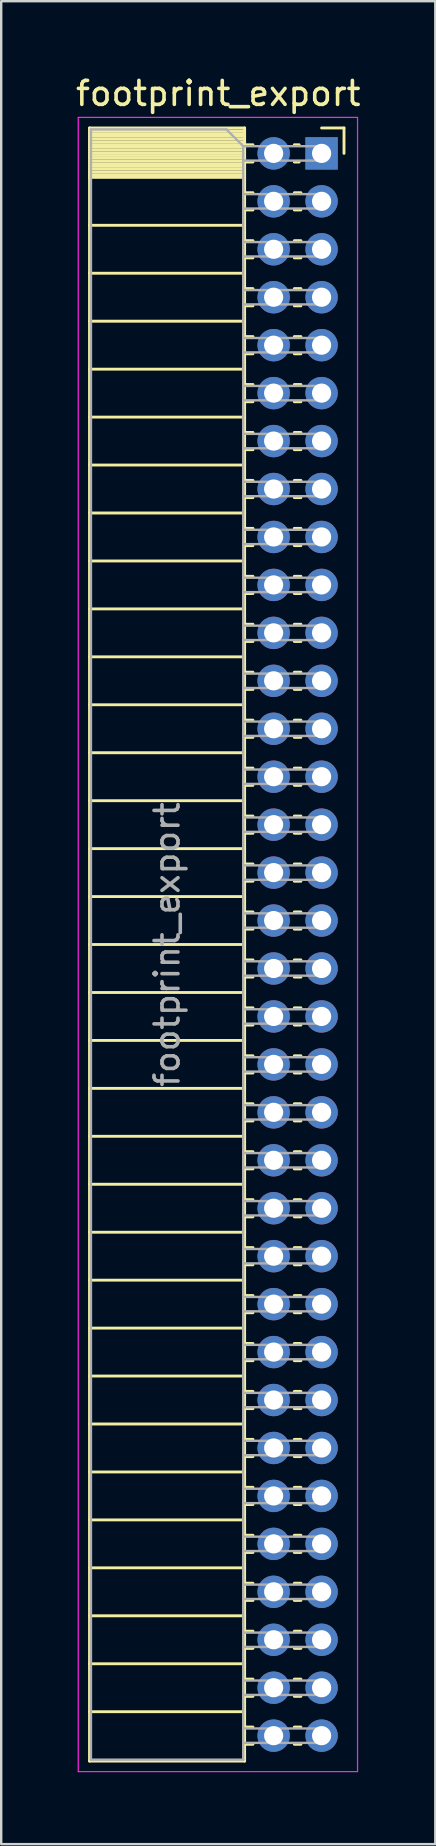
<source format=kicad_pcb>
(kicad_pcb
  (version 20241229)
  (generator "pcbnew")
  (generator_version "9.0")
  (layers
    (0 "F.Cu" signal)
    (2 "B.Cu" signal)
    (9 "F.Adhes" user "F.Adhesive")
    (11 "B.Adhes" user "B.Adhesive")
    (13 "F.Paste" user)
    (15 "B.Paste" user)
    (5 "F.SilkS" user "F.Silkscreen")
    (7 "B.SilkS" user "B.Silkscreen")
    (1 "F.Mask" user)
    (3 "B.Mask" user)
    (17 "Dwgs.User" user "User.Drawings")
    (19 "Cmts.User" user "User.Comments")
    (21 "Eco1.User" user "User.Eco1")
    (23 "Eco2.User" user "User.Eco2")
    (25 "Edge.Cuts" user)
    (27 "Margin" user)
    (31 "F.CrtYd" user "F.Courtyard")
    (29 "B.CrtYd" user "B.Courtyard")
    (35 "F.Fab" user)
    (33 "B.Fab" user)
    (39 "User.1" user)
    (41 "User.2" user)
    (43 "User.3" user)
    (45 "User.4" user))
  (footprint "footprint_export"
    (layer "F.Cu")
    (at 10.364 3.348)
    (property "Reference" "footprint_export" (at -4.31 -2.5 0) (layer "F.SilkS") (effects (font (size 1 1) (thickness 0.15))))
    (attr through_hole)
    (fp_line (start -9.68 -1.06) (end -9.68 67.06) (stroke (width 0.12) (type solid)) (layer "F.SilkS"))
    (fp_line (start -9.68 -1.06) (end -3.21 -1.06) (stroke (width 0.12) (type solid)) (layer "F.SilkS"))
    (fp_line (start -9.68 -0.94) (end -3.21 -0.94) (stroke (width 0.12) (type solid)) (layer "F.SilkS"))
    (fp_line (start -9.68 -0.826) (end -3.21 -0.826) (stroke (width 0.12) (type solid)) (layer "F.SilkS"))
    (fp_line (start -9.68 -0.712) (end -3.21 -0.712) (stroke (width 0.12) (type solid)) (layer "F.SilkS"))
    (fp_line (start -9.68 -0.598) (end -3.21 -0.598) (stroke (width 0.12) (type solid)) (layer "F.SilkS"))
    (fp_line (start -9.68 -0.484) (end -3.21 -0.484) (stroke (width 0.12) (type solid)) (layer "F.SilkS"))
    (fp_line (start -9.68 -0.369) (end -3.21 -0.369) (stroke (width 0.12) (type solid)) (layer "F.SilkS"))
    (fp_line (start -9.68 -0.255) (end -3.21 -0.255) (stroke (width 0.12) (type solid)) (layer "F.SilkS"))
    (fp_line (start -9.68 -0.141) (end -3.21 -0.141) (stroke (width 0.12) (type solid)) (layer "F.SilkS"))
    (fp_line (start -9.68 -0.027) (end -3.21 -0.027) (stroke (width 0.12) (type solid)) (layer "F.SilkS"))
    (fp_line (start -9.68 0.087) (end -3.21 0.087) (stroke (width 0.12) (type solid)) (layer "F.SilkS"))
    (fp_line (start -9.68 0.201) (end -3.21 0.201) (stroke (width 0.12) (type solid)) (layer "F.SilkS"))
    (fp_line (start -9.68 0.315) (end -3.21 0.315) (stroke (width 0.12) (type solid)) (layer "F.SilkS"))
    (fp_line (start -9.68 0.429) (end -3.21 0.429) (stroke (width 0.12) (type solid)) (layer "F.SilkS"))
    (fp_line (start -9.68 0.544) (end -3.21 0.544) (stroke (width 0.12) (type solid)) (layer "F.SilkS"))
    (fp_line (start -9.68 0.658) (end -3.21 0.658) (stroke (width 0.12) (type solid)) (layer "F.SilkS"))
    (fp_line (start -9.68 0.772) (end -3.21 0.772) (stroke (width 0.12) (type solid)) (layer "F.SilkS"))
    (fp_line (start -9.68 0.886) (end -3.21 0.886) (stroke (width 0.12) (type solid)) (layer "F.SilkS"))
    (fp_line (start -9.68 1) (end -3.21 1) (stroke (width 0.12) (type solid)) (layer "F.SilkS"))
    (fp_line (start -9.68 3) (end -3.21 3) (stroke (width 0.12) (type solid)) (layer "F.SilkS"))
    (fp_line (start -9.68 5) (end -3.21 5) (stroke (width 0.12) (type solid)) (layer "F.SilkS"))
    (fp_line (start -9.68 7) (end -3.21 7) (stroke (width 0.12) (type solid)) (layer "F.SilkS"))
    (fp_line (start -9.68 9) (end -3.21 9) (stroke (width 0.12) (type solid)) (layer "F.SilkS"))
    (fp_line (start -9.68 11) (end -3.21 11) (stroke (width 0.12) (type solid)) (layer "F.SilkS"))
    (fp_line (start -9.68 13) (end -3.21 13) (stroke (width 0.12) (type solid)) (layer "F.SilkS"))
    (fp_line (start -9.68 15) (end -3.21 15) (stroke (width 0.12) (type solid)) (layer "F.SilkS"))
    (fp_line (start -9.68 17) (end -3.21 17) (stroke (width 0.12) (type solid)) (layer "F.SilkS"))
    (fp_line (start -9.68 19) (end -3.21 19) (stroke (width 0.12) (type solid)) (layer "F.SilkS"))
    (fp_line (start -9.68 21) (end -3.21 21) (stroke (width 0.12) (type solid)) (layer "F.SilkS"))
    (fp_line (start -9.68 23) (end -3.21 23) (stroke (width 0.12) (type solid)) (layer "F.SilkS"))
    (fp_line (start -9.68 25) (end -3.21 25) (stroke (width 0.12) (type solid)) (layer "F.SilkS"))
    (fp_line (start -9.68 27) (end -3.21 27) (stroke (width 0.12) (type solid)) (layer "F.SilkS"))
    (fp_line (start -9.68 29) (end -3.21 29) (stroke (width 0.12) (type solid)) (layer "F.SilkS"))
    (fp_line (start -9.68 31) (end -3.21 31) (stroke (width 0.12) (type solid)) (layer "F.SilkS"))
    (fp_line (start -9.68 33) (end -3.21 33) (stroke (width 0.12) (type solid)) (layer "F.SilkS"))
    (fp_line (start -9.68 35) (end -3.21 35) (stroke (width 0.12) (type solid)) (layer "F.SilkS"))
    (fp_line (start -9.68 37) (end -3.21 37) (stroke (width 0.12) (type solid)) (layer "F.SilkS"))
    (fp_line (start -9.68 39) (end -3.21 39) (stroke (width 0.12) (type solid)) (layer "F.SilkS"))
    (fp_line (start -9.68 41) (end -3.21 41) (stroke (width 0.12) (type solid)) (layer "F.SilkS"))
    (fp_line (start -9.68 43) (end -3.21 43) (stroke (width 0.12) (type solid)) (layer "F.SilkS"))
    (fp_line (start -9.68 45) (end -3.21 45) (stroke (width 0.12) (type solid)) (layer "F.SilkS"))
    (fp_line (start -9.68 47) (end -3.21 47) (stroke (width 0.12) (type solid)) (layer "F.SilkS"))
    (fp_line (start -9.68 49) (end -3.21 49) (stroke (width 0.12) (type solid)) (layer "F.SilkS"))
    (fp_line (start -9.68 51) (end -3.21 51) (stroke (width 0.12) (type solid)) (layer "F.SilkS"))
    (fp_line (start -9.68 53) (end -3.21 53) (stroke (width 0.12) (type solid)) (layer "F.SilkS"))
    (fp_line (start -9.68 55) (end -3.21 55) (stroke (width 0.12) (type solid)) (layer "F.SilkS"))
    (fp_line (start -9.68 57) (end -3.21 57) (stroke (width 0.12) (type solid)) (layer "F.SilkS"))
    (fp_line (start -9.68 59) (end -3.21 59) (stroke (width 0.12) (type solid)) (layer "F.SilkS"))
    (fp_line (start -9.68 61) (end -3.21 61) (stroke (width 0.12) (type solid)) (layer "F.SilkS"))
    (fp_line (start -9.68 63) (end -3.21 63) (stroke (width 0.12) (type solid)) (layer "F.SilkS"))
    (fp_line (start -9.68 65) (end -3.21 65) (stroke (width 0.12) (type solid)) (layer "F.SilkS"))
    (fp_line (start -9.68 67.06) (end -3.21 67.06) (stroke (width 0.12) (type solid)) (layer "F.SilkS"))
    (fp_line (start -3.21 -1.06) (end -3.21 67.06) (stroke (width 0.12) (type solid)) (layer "F.SilkS"))
    (fp_line (start -3.21 -0.36) (end -2.863 -0.36) (stroke (width 0.12) (type solid)) (layer "F.SilkS"))
    (fp_line (start -3.21 0.36) (end -2.863 0.36) (stroke (width 0.12) (type solid)) (layer "F.SilkS"))
    (fp_line (start -3.21 1.64) (end -2.863 1.64) (stroke (width 0.12) (type solid)) (layer "F.SilkS"))
    (fp_line (start -3.21 2.36) (end -2.863 2.36) (stroke (width 0.12) (type solid)) (layer "F.SilkS"))
    (fp_line (start -3.21 3.64) (end -2.863 3.64) (stroke (width 0.12) (type solid)) (layer "F.SilkS"))
    (fp_line (start -3.21 4.36) (end -2.863 4.36) (stroke (width 0.12) (type solid)) (layer "F.SilkS"))
    (fp_line (start -3.21 5.64) (end -2.863 5.64) (stroke (width 0.12) (type solid)) (layer "F.SilkS"))
    (fp_line (start -3.21 6.36) (end -2.863 6.36) (stroke (width 0.12) (type solid)) (layer "F.SilkS"))
    (fp_line (start -3.21 7.64) (end -2.863 7.64) (stroke (width 0.12) (type solid)) (layer "F.SilkS"))
    (fp_line (start -3.21 8.36) (end -2.863 8.36) (stroke (width 0.12) (type solid)) (layer "F.SilkS"))
    (fp_line (start -3.21 9.64) (end -2.863 9.64) (stroke (width 0.12) (type solid)) (layer "F.SilkS"))
    (fp_line (start -3.21 10.36) (end -2.863 10.36) (stroke (width 0.12) (type solid)) (layer "F.SilkS"))
    (fp_line (start -3.21 11.64) (end -2.863 11.64) (stroke (width 0.12) (type solid)) (layer "F.SilkS"))
    (fp_line (start -3.21 12.36) (end -2.863 12.36) (stroke (width 0.12) (type solid)) (layer "F.SilkS"))
    (fp_line (start -3.21 13.64) (end -2.863 13.64) (stroke (width 0.12) (type solid)) (layer "F.SilkS"))
    (fp_line (start -3.21 14.36) (end -2.863 14.36) (stroke (width 0.12) (type solid)) (layer "F.SilkS"))
    (fp_line (start -3.21 15.64) (end -2.863 15.64) (stroke (width 0.12) (type solid)) (layer "F.SilkS"))
    (fp_line (start -3.21 16.36) (end -2.863 16.36) (stroke (width 0.12) (type solid)) (layer "F.SilkS"))
    (fp_line (start -3.21 17.64) (end -2.863 17.64) (stroke (width 0.12) (type solid)) (layer "F.SilkS"))
    (fp_line (start -3.21 18.36) (end -2.863 18.36) (stroke (width 0.12) (type solid)) (layer "F.SilkS"))
    (fp_line (start -3.21 19.64) (end -2.863 19.64) (stroke (width 0.12) (type solid)) (layer "F.SilkS"))
    (fp_line (start -3.21 20.36) (end -2.863 20.36) (stroke (width 0.12) (type solid)) (layer "F.SilkS"))
    (fp_line (start -3.21 21.64) (end -2.863 21.64) (stroke (width 0.12) (type solid)) (layer "F.SilkS"))
    (fp_line (start -3.21 22.36) (end -2.863 22.36) (stroke (width 0.12) (type solid)) (layer "F.SilkS"))
    (fp_line (start -3.21 23.64) (end -2.863 23.64) (stroke (width 0.12) (type solid)) (layer "F.SilkS"))
    (fp_line (start -3.21 24.36) (end -2.863 24.36) (stroke (width 0.12) (type solid)) (layer "F.SilkS"))
    (fp_line (start -3.21 25.64) (end -2.863 25.64) (stroke (width 0.12) (type solid)) (layer "F.SilkS"))
    (fp_line (start -3.21 26.36) (end -2.863 26.36) (stroke (width 0.12) (type solid)) (layer "F.SilkS"))
    (fp_line (start -3.21 27.64) (end -2.863 27.64) (stroke (width 0.12) (type solid)) (layer "F.SilkS"))
    (fp_line (start -3.21 28.36) (end -2.863 28.36) (stroke (width 0.12) (type solid)) (layer "F.SilkS"))
    (fp_line (start -3.21 29.64) (end -2.863 29.64) (stroke (width 0.12) (type solid)) (layer "F.SilkS"))
    (fp_line (start -3.21 30.36) (end -2.863 30.36) (stroke (width 0.12) (type solid)) (layer "F.SilkS"))
    (fp_line (start -3.21 31.64) (end -2.863 31.64) (stroke (width 0.12) (type solid)) (layer "F.SilkS"))
    (fp_line (start -3.21 32.36) (end -2.863 32.36) (stroke (width 0.12) (type solid)) (layer "F.SilkS"))
    (fp_line (start -3.21 33.64) (end -2.863 33.64) (stroke (width 0.12) (type solid)) (layer "F.SilkS"))
    (fp_line (start -3.21 34.36) (end -2.863 34.36) (stroke (width 0.12) (type solid)) (layer "F.SilkS"))
    (fp_line (start -3.21 35.64) (end -2.863 35.64) (stroke (width 0.12) (type solid)) (layer "F.SilkS"))
    (fp_line (start -3.21 36.36) (end -2.863 36.36) (stroke (width 0.12) (type solid)) (layer "F.SilkS"))
    (fp_line (start -3.21 37.64) (end -2.863 37.64) (stroke (width 0.12) (type solid)) (layer "F.SilkS"))
    (fp_line (start -3.21 38.36) (end -2.863 38.36) (stroke (width 0.12) (type solid)) (layer "F.SilkS"))
    (fp_line (start -3.21 39.64) (end -2.863 39.64) (stroke (width 0.12) (type solid)) (layer "F.SilkS"))
    (fp_line (start -3.21 40.36) (end -2.863 40.36) (stroke (width 0.12) (type solid)) (layer "F.SilkS"))
    (fp_line (start -3.21 41.64) (end -2.863 41.64) (stroke (width 0.12) (type solid)) (layer "F.SilkS"))
    (fp_line (start -3.21 42.36) (end -2.863 42.36) (stroke (width 0.12) (type solid)) (layer "F.SilkS"))
    (fp_line (start -3.21 43.64) (end -2.863 43.64) (stroke (width 0.12) (type solid)) (layer "F.SilkS"))
    (fp_line (start -3.21 44.36) (end -2.863 44.36) (stroke (width 0.12) (type solid)) (layer "F.SilkS"))
    (fp_line (start -3.21 45.64) (end -2.863 45.64) (stroke (width 0.12) (type solid)) (layer "F.SilkS"))
    (fp_line (start -3.21 46.36) (end -2.863 46.36) (stroke (width 0.12) (type solid)) (layer "F.SilkS"))
    (fp_line (start -3.21 47.64) (end -2.863 47.64) (stroke (width 0.12) (type solid)) (layer "F.SilkS"))
    (fp_line (start -3.21 48.36) (end -2.863 48.36) (stroke (width 0.12) (type solid)) (layer "F.SilkS"))
    (fp_line (start -3.21 49.64) (end -2.863 49.64) (stroke (width 0.12) (type solid)) (layer "F.SilkS"))
    (fp_line (start -3.21 50.36) (end -2.863 50.36) (stroke (width 0.12) (type solid)) (layer "F.SilkS"))
    (fp_line (start -3.21 51.64) (end -2.863 51.64) (stroke (width 0.12) (type solid)) (layer "F.SilkS"))
    (fp_line (start -3.21 52.36) (end -2.863 52.36) (stroke (width 0.12) (type solid)) (layer "F.SilkS"))
    (fp_line (start -3.21 53.64) (end -2.863 53.64) (stroke (width 0.12) (type solid)) (layer "F.SilkS"))
    (fp_line (start -3.21 54.36) (end -2.863 54.36) (stroke (width 0.12) (type solid)) (layer "F.SilkS"))
    (fp_line (start -3.21 55.64) (end -2.863 55.64) (stroke (width 0.12) (type solid)) (layer "F.SilkS"))
    (fp_line (start -3.21 56.36) (end -2.863 56.36) (stroke (width 0.12) (type solid)) (layer "F.SilkS"))
    (fp_line (start -3.21 57.64) (end -2.863 57.64) (stroke (width 0.12) (type solid)) (layer "F.SilkS"))
    (fp_line (start -3.21 58.36) (end -2.863 58.36) (stroke (width 0.12) (type solid)) (layer "F.SilkS"))
    (fp_line (start -3.21 59.64) (end -2.863 59.64) (stroke (width 0.12) (type solid)) (layer "F.SilkS"))
    (fp_line (start -3.21 60.36) (end -2.863 60.36) (stroke (width 0.12) (type solid)) (layer "F.SilkS"))
    (fp_line (start -3.21 61.64) (end -2.863 61.64) (stroke (width 0.12) (type solid)) (layer "F.SilkS"))
    (fp_line (start -3.21 62.36) (end -2.863 62.36) (stroke (width 0.12) (type solid)) (layer "F.SilkS"))
    (fp_line (start -3.21 63.64) (end -2.863 63.64) (stroke (width 0.12) (type solid)) (layer "F.SilkS"))
    (fp_line (start -3.21 64.36) (end -2.863 64.36) (stroke (width 0.12) (type solid)) (layer "F.SilkS"))
    (fp_line (start -3.21 65.64) (end -2.863 65.64) (stroke (width 0.12) (type solid)) (layer "F.SilkS"))
    (fp_line (start -3.21 66.36) (end -2.863 66.36) (stroke (width 0.12) (type solid)) (layer "F.SilkS"))
    (fp_line (start -1.137 -0.36) (end -0.935 -0.36) (stroke (width 0.12) (type solid)) (layer "F.SilkS"))
    (fp_line (start -1.137 0.36) (end -0.935 0.36) (stroke (width 0.12) (type solid)) (layer "F.SilkS"))
    (fp_line (start -1.137 1.64) (end -0.863 1.64) (stroke (width 0.12) (type solid)) (layer "F.SilkS"))
    (fp_line (start -1.137 2.36) (end -0.863 2.36) (stroke (width 0.12) (type solid)) (layer "F.SilkS"))
    (fp_line (start -1.137 3.64) (end -0.863 3.64) (stroke (width 0.12) (type solid)) (layer "F.SilkS"))
    (fp_line (start -1.137 4.36) (end -0.863 4.36) (stroke (width 0.12) (type solid)) (layer "F.SilkS"))
    (fp_line (start -1.137 5.64) (end -0.863 5.64) (stroke (width 0.12) (type solid)) (layer "F.SilkS"))
    (fp_line (start -1.137 6.36) (end -0.863 6.36) (stroke (width 0.12) (type solid)) (layer "F.SilkS"))
    (fp_line (start -1.137 7.64) (end -0.863 7.64) (stroke (width 0.12) (type solid)) (layer "F.SilkS"))
    (fp_line (start -1.137 8.36) (end -0.863 8.36) (stroke (width 0.12) (type solid)) (layer "F.SilkS"))
    (fp_line (start -1.137 9.64) (end -0.863 9.64) (stroke (width 0.12) (type solid)) (layer "F.SilkS"))
    (fp_line (start -1.137 10.36) (end -0.863 10.36) (stroke (width 0.12) (type solid)) (layer "F.SilkS"))
    (fp_line (start -1.137 11.64) (end -0.863 11.64) (stroke (width 0.12) (type solid)) (layer "F.SilkS"))
    (fp_line (start -1.137 12.36) (end -0.863 12.36) (stroke (width 0.12) (type solid)) (layer "F.SilkS"))
    (fp_line (start -1.137 13.64) (end -0.863 13.64) (stroke (width 0.12) (type solid)) (layer "F.SilkS"))
    (fp_line (start -1.137 14.36) (end -0.863 14.36) (stroke (width 0.12) (type solid)) (layer "F.SilkS"))
    (fp_line (start -1.137 15.64) (end -0.863 15.64) (stroke (width 0.12) (type solid)) (layer "F.SilkS"))
    (fp_line (start -1.137 16.36) (end -0.863 16.36) (stroke (width 0.12) (type solid)) (layer "F.SilkS"))
    (fp_line (start -1.137 17.64) (end -0.863 17.64) (stroke (width 0.12) (type solid)) (layer "F.SilkS"))
    (fp_line (start -1.137 18.36) (end -0.863 18.36) (stroke (width 0.12) (type solid)) (layer "F.SilkS"))
    (fp_line (start -1.137 19.64) (end -0.863 19.64) (stroke (width 0.12) (type solid)) (layer "F.SilkS"))
    (fp_line (start -1.137 20.36) (end -0.863 20.36) (stroke (width 0.12) (type solid)) (layer "F.SilkS"))
    (fp_line (start -1.137 21.64) (end -0.863 21.64) (stroke (width 0.12) (type solid)) (layer "F.SilkS"))
    (fp_line (start -1.137 22.36) (end -0.863 22.36) (stroke (width 0.12) (type solid)) (layer "F.SilkS"))
    (fp_line (start -1.137 23.64) (end -0.863 23.64) (stroke (width 0.12) (type solid)) (layer "F.SilkS"))
    (fp_line (start -1.137 24.36) (end -0.863 24.36) (stroke (width 0.12) (type solid)) (layer "F.SilkS"))
    (fp_line (start -1.137 25.64) (end -0.863 25.64) (stroke (width 0.12) (type solid)) (layer "F.SilkS"))
    (fp_line (start -1.137 26.36) (end -0.863 26.36) (stroke (width 0.12) (type solid)) (layer "F.SilkS"))
    (fp_line (start -1.137 27.64) (end -0.863 27.64) (stroke (width 0.12) (type solid)) (layer "F.SilkS"))
    (fp_line (start -1.137 28.36) (end -0.863 28.36) (stroke (width 0.12) (type solid)) (layer "F.SilkS"))
    (fp_line (start -1.137 29.64) (end -0.863 29.64) (stroke (width 0.12) (type solid)) (layer "F.SilkS"))
    (fp_line (start -1.137 30.36) (end -0.863 30.36) (stroke (width 0.12) (type solid)) (layer "F.SilkS"))
    (fp_line (start -1.137 31.64) (end -0.863 31.64) (stroke (width 0.12) (type solid)) (layer "F.SilkS"))
    (fp_line (start -1.137 32.36) (end -0.863 32.36) (stroke (width 0.12) (type solid)) (layer "F.SilkS"))
    (fp_line (start -1.137 33.64) (end -0.863 33.64) (stroke (width 0.12) (type solid)) (layer "F.SilkS"))
    (fp_line (start -1.137 34.36) (end -0.863 34.36) (stroke (width 0.12) (type solid)) (layer "F.SilkS"))
    (fp_line (start -1.137 35.64) (end -0.863 35.64) (stroke (width 0.12) (type solid)) (layer "F.SilkS"))
    (fp_line (start -1.137 36.36) (end -0.863 36.36) (stroke (width 0.12) (type solid)) (layer "F.SilkS"))
    (fp_line (start -1.137 37.64) (end -0.863 37.64) (stroke (width 0.12) (type solid)) (layer "F.SilkS"))
    (fp_line (start -1.137 38.36) (end -0.863 38.36) (stroke (width 0.12) (type solid)) (layer "F.SilkS"))
    (fp_line (start -1.137 39.64) (end -0.863 39.64) (stroke (width 0.12) (type solid)) (layer "F.SilkS"))
    (fp_line (start -1.137 40.36) (end -0.863 40.36) (stroke (width 0.12) (type solid)) (layer "F.SilkS"))
    (fp_line (start -1.137 41.64) (end -0.863 41.64) (stroke (width 0.12) (type solid)) (layer "F.SilkS"))
    (fp_line (start -1.137 42.36) (end -0.863 42.36) (stroke (width 0.12) (type solid)) (layer "F.SilkS"))
    (fp_line (start -1.137 43.64) (end -0.863 43.64) (stroke (width 0.12) (type solid)) (layer "F.SilkS"))
    (fp_line (start -1.137 44.36) (end -0.863 44.36) (stroke (width 0.12) (type solid)) (layer "F.SilkS"))
    (fp_line (start -1.137 45.64) (end -0.863 45.64) (stroke (width 0.12) (type solid)) (layer "F.SilkS"))
    (fp_line (start -1.137 46.36) (end -0.863 46.36) (stroke (width 0.12) (type solid)) (layer "F.SilkS"))
    (fp_line (start -1.137 47.64) (end -0.863 47.64) (stroke (width 0.12) (type solid)) (layer "F.SilkS"))
    (fp_line (start -1.137 48.36) (end -0.863 48.36) (stroke (width 0.12) (type solid)) (layer "F.SilkS"))
    (fp_line (start -1.137 49.64) (end -0.863 49.64) (stroke (width 0.12) (type solid)) (layer "F.SilkS"))
    (fp_line (start -1.137 50.36) (end -0.863 50.36) (stroke (width 0.12) (type solid)) (layer "F.SilkS"))
    (fp_line (start -1.137 51.64) (end -0.863 51.64) (stroke (width 0.12) (type solid)) (layer "F.SilkS"))
    (fp_line (start -1.137 52.36) (end -0.863 52.36) (stroke (width 0.12) (type solid)) (layer "F.SilkS"))
    (fp_line (start -1.137 53.64) (end -0.863 53.64) (stroke (width 0.12) (type solid)) (layer "F.SilkS"))
    (fp_line (start -1.137 54.36) (end -0.863 54.36) (stroke (width 0.12) (type solid)) (layer "F.SilkS"))
    (fp_line (start -1.137 55.64) (end -0.863 55.64) (stroke (width 0.12) (type solid)) (layer "F.SilkS"))
    (fp_line (start -1.137 56.36) (end -0.863 56.36) (stroke (width 0.12) (type solid)) (layer "F.SilkS"))
    (fp_line (start -1.137 57.64) (end -0.863 57.64) (stroke (width 0.12) (type solid)) (layer "F.SilkS"))
    (fp_line (start -1.137 58.36) (end -0.863 58.36) (stroke (width 0.12) (type solid)) (layer "F.SilkS"))
    (fp_line (start -1.137 59.64) (end -0.863 59.64) (stroke (width 0.12) (type solid)) (layer "F.SilkS"))
    (fp_line (start -1.137 60.36) (end -0.863 60.36) (stroke (width 0.12) (type solid)) (layer "F.SilkS"))
    (fp_line (start -1.137 61.64) (end -0.863 61.64) (stroke (width 0.12) (type solid)) (layer "F.SilkS"))
    (fp_line (start -1.137 62.36) (end -0.863 62.36) (stroke (width 0.12) (type solid)) (layer "F.SilkS"))
    (fp_line (start -1.137 63.64) (end -0.863 63.64) (stroke (width 0.12) (type solid)) (layer "F.SilkS"))
    (fp_line (start -1.137 64.36) (end -0.863 64.36) (stroke (width 0.12) (type solid)) (layer "F.SilkS"))
    (fp_line (start -1.137 65.64) (end -0.863 65.64) (stroke (width 0.12) (type solid)) (layer "F.SilkS"))
    (fp_line (start -1.137 66.36) (end -0.863 66.36) (stroke (width 0.12) (type solid)) (layer "F.SilkS"))
    (fp_line (start 0 -1.06) (end 0.935 -1.06) (stroke (width 0.12) (type solid)) (layer "F.SilkS"))
    (fp_line (start 0.935 -1.06) (end 0.935 0) (stroke (width 0.12) (type solid)) (layer "F.SilkS"))
    (fp_line (start -10.15 -1.5) (end -10.15 67.5) (stroke (width 0.05) (type solid)) (layer "F.CrtYd"))
    (fp_line (start -10.15 67.5) (end 1.5 67.5) (stroke (width 0.05) (type solid)) (layer "F.CrtYd"))
    (fp_line (start 1.5 -1.5) (end -10.15 -1.5) (stroke (width 0.05) (type solid)) (layer "F.CrtYd"))
    (fp_line (start 1.5 67.5) (end 1.5 -1.5) (stroke (width 0.05) (type solid)) (layer "F.CrtYd"))
    (fp_line (start -9.62 -1) (end -3.97 -1) (stroke (width 0.1) (type solid)) (layer "F.Fab"))
    (fp_line (start -9.62 67) (end -9.62 -1) (stroke (width 0.1) (type solid)) (layer "F.Fab"))
    (fp_line (start -3.97 -1) (end -3.27 -0.3) (stroke (width 0.1) (type solid)) (layer "F.Fab"))
    (fp_line (start -3.27 -0.3) (end -3.27 67) (stroke (width 0.1) (type solid)) (layer "F.Fab"))
    (fp_line (start -3.27 0.3) (end 0 0.3) (stroke (width 0.1) (type solid)) (layer "F.Fab"))
    (fp_line (start -3.27 2.3) (end 0 2.3) (stroke (width 0.1) (type solid)) (layer "F.Fab"))
    (fp_line (start -3.27 4.3) (end 0 4.3) (stroke (width 0.1) (type solid)) (layer "F.Fab"))
    (fp_line (start -3.27 6.3) (end 0 6.3) (stroke (width 0.1) (type solid)) (layer "F.Fab"))
    (fp_line (start -3.27 8.3) (end 0 8.3) (stroke (width 0.1) (type solid)) (layer "F.Fab"))
    (fp_line (start -3.27 10.3) (end 0 10.3) (stroke (width 0.1) (type solid)) (layer "F.Fab"))
    (fp_line (start -3.27 12.3) (end 0 12.3) (stroke (width 0.1) (type solid)) (layer "F.Fab"))
    (fp_line (start -3.27 14.3) (end 0 14.3) (stroke (width 0.1) (type solid)) (layer "F.Fab"))
    (fp_line (start -3.27 16.3) (end 0 16.3) (stroke (width 0.1) (type solid)) (layer "F.Fab"))
    (fp_line (start -3.27 18.3) (end 0 18.3) (stroke (width 0.1) (type solid)) (layer "F.Fab"))
    (fp_line (start -3.27 20.3) (end 0 20.3) (stroke (width 0.1) (type solid)) (layer "F.Fab"))
    (fp_line (start -3.27 22.3) (end 0 22.3) (stroke (width 0.1) (type solid)) (layer "F.Fab"))
    (fp_line (start -3.27 24.3) (end 0 24.3) (stroke (width 0.1) (type solid)) (layer "F.Fab"))
    (fp_line (start -3.27 26.3) (end 0 26.3) (stroke (width 0.1) (type solid)) (layer "F.Fab"))
    (fp_line (start -3.27 28.3) (end 0 28.3) (stroke (width 0.1) (type solid)) (layer "F.Fab"))
    (fp_line (start -3.27 30.3) (end 0 30.3) (stroke (width 0.1) (type solid)) (layer "F.Fab"))
    (fp_line (start -3.27 32.3) (end 0 32.3) (stroke (width 0.1) (type solid)) (layer "F.Fab"))
    (fp_line (start -3.27 34.3) (end 0 34.3) (stroke (width 0.1) (type solid)) (layer "F.Fab"))
    (fp_line (start -3.27 36.3) (end 0 36.3) (stroke (width 0.1) (type solid)) (layer "F.Fab"))
    (fp_line (start -3.27 38.3) (end 0 38.3) (stroke (width 0.1) (type solid)) (layer "F.Fab"))
    (fp_line (start -3.27 40.3) (end 0 40.3) (stroke (width 0.1) (type solid)) (layer "F.Fab"))
    (fp_line (start -3.27 42.3) (end 0 42.3) (stroke (width 0.1) (type solid)) (layer "F.Fab"))
    (fp_line (start -3.27 44.3) (end 0 44.3) (stroke (width 0.1) (type solid)) (layer "F.Fab"))
    (fp_line (start -3.27 46.3) (end 0 46.3) (stroke (width 0.1) (type solid)) (layer "F.Fab"))
    (fp_line (start -3.27 48.3) (end 0 48.3) (stroke (width 0.1) (type solid)) (layer "F.Fab"))
    (fp_line (start -3.27 50.3) (end 0 50.3) (stroke (width 0.1) (type solid)) (layer "F.Fab"))
    (fp_line (start -3.27 52.3) (end 0 52.3) (stroke (width 0.1) (type solid)) (layer "F.Fab"))
    (fp_line (start -3.27 54.3) (end 0 54.3) (stroke (width 0.1) (type solid)) (layer "F.Fab"))
    (fp_line (start -3.27 56.3) (end 0 56.3) (stroke (width 0.1) (type solid)) (layer "F.Fab"))
    (fp_line (start -3.27 58.3) (end 0 58.3) (stroke (width 0.1) (type solid)) (layer "F.Fab"))
    (fp_line (start -3.27 60.3) (end 0 60.3) (stroke (width 0.1) (type solid)) (layer "F.Fab"))
    (fp_line (start -3.27 62.3) (end 0 62.3) (stroke (width 0.1) (type solid)) (layer "F.Fab"))
    (fp_line (start -3.27 64.3) (end 0 64.3) (stroke (width 0.1) (type solid)) (layer "F.Fab"))
    (fp_line (start -3.27 66.3) (end 0 66.3) (stroke (width 0.1) (type solid)) (layer "F.Fab"))
    (fp_line (start -3.27 67) (end -9.62 67) (stroke (width 0.1) (type solid)) (layer "F.Fab"))
    (fp_line (start 0 -0.3) (end -3.27 -0.3) (stroke (width 0.1) (type solid)) (layer "F.Fab"))
    (fp_line (start 0 0.3) (end 0 -0.3) (stroke (width 0.1) (type solid)) (layer "F.Fab"))
    (fp_line (start 0 1.7) (end -3.27 1.7) (stroke (width 0.1) (type solid)) (layer "F.Fab"))
    (fp_line (start 0 2.3) (end 0 1.7) (stroke (width 0.1) (type solid)) (layer "F.Fab"))
    (fp_line (start 0 3.7) (end -3.27 3.7) (stroke (width 0.1) (type solid)) (layer "F.Fab"))
    (fp_line (start 0 4.3) (end 0 3.7) (stroke (width 0.1) (type solid)) (layer "F.Fab"))
    (fp_line (start 0 5.7) (end -3.27 5.7) (stroke (width 0.1) (type solid)) (layer "F.Fab"))
    (fp_line (start 0 6.3) (end 0 5.7) (stroke (width 0.1) (type solid)) (layer "F.Fab"))
    (fp_line (start 0 7.7) (end -3.27 7.7) (stroke (width 0.1) (type solid)) (layer "F.Fab"))
    (fp_line (start 0 8.3) (end 0 7.7) (stroke (width 0.1) (type solid)) (layer "F.Fab"))
    (fp_line (start 0 9.7) (end -3.27 9.7) (stroke (width 0.1) (type solid)) (layer "F.Fab"))
    (fp_line (start 0 10.3) (end 0 9.7) (stroke (width 0.1) (type solid)) (layer "F.Fab"))
    (fp_line (start 0 11.7) (end -3.27 11.7) (stroke (width 0.1) (type solid)) (layer "F.Fab"))
    (fp_line (start 0 12.3) (end 0 11.7) (stroke (width 0.1) (type solid)) (layer "F.Fab"))
    (fp_line (start 0 13.7) (end -3.27 13.7) (stroke (width 0.1) (type solid)) (layer "F.Fab"))
    (fp_line (start 0 14.3) (end 0 13.7) (stroke (width 0.1) (type solid)) (layer "F.Fab"))
    (fp_line (start 0 15.7) (end -3.27 15.7) (stroke (width 0.1) (type solid)) (layer "F.Fab"))
    (fp_line (start 0 16.3) (end 0 15.7) (stroke (width 0.1) (type solid)) (layer "F.Fab"))
    (fp_line (start 0 17.7) (end -3.27 17.7) (stroke (width 0.1) (type solid)) (layer "F.Fab"))
    (fp_line (start 0 18.3) (end 0 17.7) (stroke (width 0.1) (type solid)) (layer "F.Fab"))
    (fp_line (start 0 19.7) (end -3.27 19.7) (stroke (width 0.1) (type solid)) (layer "F.Fab"))
    (fp_line (start 0 20.3) (end 0 19.7) (stroke (width 0.1) (type solid)) (layer "F.Fab"))
    (fp_line (start 0 21.7) (end -3.27 21.7) (stroke (width 0.1) (type solid)) (layer "F.Fab"))
    (fp_line (start 0 22.3) (end 0 21.7) (stroke (width 0.1) (type solid)) (layer "F.Fab"))
    (fp_line (start 0 23.7) (end -3.27 23.7) (stroke (width 0.1) (type solid)) (layer "F.Fab"))
    (fp_line (start 0 24.3) (end 0 23.7) (stroke (width 0.1) (type solid)) (layer "F.Fab"))
    (fp_line (start 0 25.7) (end -3.27 25.7) (stroke (width 0.1) (type solid)) (layer "F.Fab"))
    (fp_line (start 0 26.3) (end 0 25.7) (stroke (width 0.1) (type solid)) (layer "F.Fab"))
    (fp_line (start 0 27.7) (end -3.27 27.7) (stroke (width 0.1) (type solid)) (layer "F.Fab"))
    (fp_line (start 0 28.3) (end 0 27.7) (stroke (width 0.1) (type solid)) (layer "F.Fab"))
    (fp_line (start 0 29.7) (end -3.27 29.7) (stroke (width 0.1) (type solid)) (layer "F.Fab"))
    (fp_line (start 0 30.3) (end 0 29.7) (stroke (width 0.1) (type solid)) (layer "F.Fab"))
    (fp_line (start 0 31.7) (end -3.27 31.7) (stroke (width 0.1) (type solid)) (layer "F.Fab"))
    (fp_line (start 0 32.3) (end 0 31.7) (stroke (width 0.1) (type solid)) (layer "F.Fab"))
    (fp_line (start 0 33.7) (end -3.27 33.7) (stroke (width 0.1) (type solid)) (layer "F.Fab"))
    (fp_line (start 0 34.3) (end 0 33.7) (stroke (width 0.1) (type solid)) (layer "F.Fab"))
    (fp_line (start 0 35.7) (end -3.27 35.7) (stroke (width 0.1) (type solid)) (layer "F.Fab"))
    (fp_line (start 0 36.3) (end 0 35.7) (stroke (width 0.1) (type solid)) (layer "F.Fab"))
    (fp_line (start 0 37.7) (end -3.27 37.7) (stroke (width 0.1) (type solid)) (layer "F.Fab"))
    (fp_line (start 0 38.3) (end 0 37.7) (stroke (width 0.1) (type solid)) (layer "F.Fab"))
    (fp_line (start 0 39.7) (end -3.27 39.7) (stroke (width 0.1) (type solid)) (layer "F.Fab"))
    (fp_line (start 0 40.3) (end 0 39.7) (stroke (width 0.1) (type solid)) (layer "F.Fab"))
    (fp_line (start 0 41.7) (end -3.27 41.7) (stroke (width 0.1) (type solid)) (layer "F.Fab"))
    (fp_line (start 0 42.3) (end 0 41.7) (stroke (width 0.1) (type solid)) (layer "F.Fab"))
    (fp_line (start 0 43.7) (end -3.27 43.7) (stroke (width 0.1) (type solid)) (layer "F.Fab"))
    (fp_line (start 0 44.3) (end 0 43.7) (stroke (width 0.1) (type solid)) (layer "F.Fab"))
    (fp_line (start 0 45.7) (end -3.27 45.7) (stroke (width 0.1) (type solid)) (layer "F.Fab"))
    (fp_line (start 0 46.3) (end 0 45.7) (stroke (width 0.1) (type solid)) (layer "F.Fab"))
    (fp_line (start 0 47.7) (end -3.27 47.7) (stroke (width 0.1) (type solid)) (layer "F.Fab"))
    (fp_line (start 0 48.3) (end 0 47.7) (stroke (width 0.1) (type solid)) (layer "F.Fab"))
    (fp_line (start 0 49.7) (end -3.27 49.7) (stroke (width 0.1) (type solid)) (layer "F.Fab"))
    (fp_line (start 0 50.3) (end 0 49.7) (stroke (width 0.1) (type solid)) (layer "F.Fab"))
    (fp_line (start 0 51.7) (end -3.27 51.7) (stroke (width 0.1) (type solid)) (layer "F.Fab"))
    (fp_line (start 0 52.3) (end 0 51.7) (stroke (width 0.1) (type solid)) (layer "F.Fab"))
    (fp_line (start 0 53.7) (end -3.27 53.7) (stroke (width 0.1) (type solid)) (layer "F.Fab"))
    (fp_line (start 0 54.3) (end 0 53.7) (stroke (width 0.1) (type solid)) (layer "F.Fab"))
    (fp_line (start 0 55.7) (end -3.27 55.7) (stroke (width 0.1) (type solid)) (layer "F.Fab"))
    (fp_line (start 0 56.3) (end 0 55.7) (stroke (width 0.1) (type solid)) (layer "F.Fab"))
    (fp_line (start 0 57.7) (end -3.27 57.7) (stroke (width 0.1) (type solid)) (layer "F.Fab"))
    (fp_line (start 0 58.3) (end 0 57.7) (stroke (width 0.1) (type solid)) (layer "F.Fab"))
    (fp_line (start 0 59.7) (end -3.27 59.7) (stroke (width 0.1) (type solid)) (layer "F.Fab"))
    (fp_line (start 0 60.3) (end 0 59.7) (stroke (width 0.1) (type solid)) (layer "F.Fab"))
    (fp_line (start 0 61.7) (end -3.27 61.7) (stroke (width 0.1) (type solid)) (layer "F.Fab"))
    (fp_line (start 0 62.3) (end 0 61.7) (stroke (width 0.1) (type solid)) (layer "F.Fab"))
    (fp_line (start 0 63.7) (end -3.27 63.7) (stroke (width 0.1) (type solid)) (layer "F.Fab"))
    (fp_line (start 0 64.3) (end 0 63.7) (stroke (width 0.1) (type solid)) (layer "F.Fab"))
    (fp_line (start 0 65.7) (end -3.27 65.7) (stroke (width 0.1) (type solid)) (layer "F.Fab"))
    (fp_line (start 0 66.3) (end 0 65.7) (stroke (width 0.1) (type solid)) (layer "F.Fab"))
    (fp_text user "${REFERENCE}" (at -6.445 33 90) (layer "F.Fab") (effects (font (size 1 1) (thickness 0.15))))
    (pad "1" thru_hole rect (at 0 0) (size 1.35 1.35) (drill 0.8) (layers "*.Cu" "*.Mask"))
    (pad "2" thru_hole oval (at -2 0) (size 1.35 1.35) (drill 0.8) (layers "*.Cu" "*.Mask"))
    (pad "3" thru_hole oval (at 0 2) (size 1.35 1.35) (drill 0.8) (layers "*.Cu" "*.Mask"))
    (pad "4" thru_hole oval (at -2 2) (size 1.35 1.35) (drill 0.8) (layers "*.Cu" "*.Mask"))
    (pad "5" thru_hole oval (at 0 4) (size 1.35 1.35) (drill 0.8) (layers "*.Cu" "*.Mask"))
    (pad "6" thru_hole oval (at -2 4) (size 1.35 1.35) (drill 0.8) (layers "*.Cu" "*.Mask"))
    (pad "7" thru_hole oval (at 0 6) (size 1.35 1.35) (drill 0.8) (layers "*.Cu" "*.Mask"))
    (pad "8" thru_hole oval (at -2 6) (size 1.35 1.35) (drill 0.8) (layers "*.Cu" "*.Mask"))
    (pad "9" thru_hole oval (at 0 8) (size 1.35 1.35) (drill 0.8) (layers "*.Cu" "*.Mask"))
    (pad "10" thru_hole oval (at -2 8) (size 1.35 1.35) (drill 0.8) (layers "*.Cu" "*.Mask"))
    (pad "11" thru_hole oval (at 0 10) (size 1.35 1.35) (drill 0.8) (layers "*.Cu" "*.Mask"))
    (pad "12" thru_hole oval (at -2 10) (size 1.35 1.35) (drill 0.8) (layers "*.Cu" "*.Mask"))
    (pad "13" thru_hole oval (at 0 12) (size 1.35 1.35) (drill 0.8) (layers "*.Cu" "*.Mask"))
    (pad "14" thru_hole oval (at -2 12) (size 1.35 1.35) (drill 0.8) (layers "*.Cu" "*.Mask"))
    (pad "15" thru_hole oval (at 0 14) (size 1.35 1.35) (drill 0.8) (layers "*.Cu" "*.Mask"))
    (pad "16" thru_hole oval (at -2 14) (size 1.35 1.35) (drill 0.8) (layers "*.Cu" "*.Mask"))
    (pad "17" thru_hole oval (at 0 16) (size 1.35 1.35) (drill 0.8) (layers "*.Cu" "*.Mask"))
    (pad "18" thru_hole oval (at -2 16) (size 1.35 1.35) (drill 0.8) (layers "*.Cu" "*.Mask"))
    (pad "19" thru_hole oval (at 0 18) (size 1.35 1.35) (drill 0.8) (layers "*.Cu" "*.Mask"))
    (pad "20" thru_hole oval (at -2 18) (size 1.35 1.35) (drill 0.8) (layers "*.Cu" "*.Mask"))
    (pad "21" thru_hole oval (at 0 20) (size 1.35 1.35) (drill 0.8) (layers "*.Cu" "*.Mask"))
    (pad "22" thru_hole oval (at -2 20) (size 1.35 1.35) (drill 0.8) (layers "*.Cu" "*.Mask"))
    (pad "23" thru_hole oval (at 0 22) (size 1.35 1.35) (drill 0.8) (layers "*.Cu" "*.Mask"))
    (pad "24" thru_hole oval (at -2 22) (size 1.35 1.35) (drill 0.8) (layers "*.Cu" "*.Mask"))
    (pad "25" thru_hole oval (at 0 24) (size 1.35 1.35) (drill 0.8) (layers "*.Cu" "*.Mask"))
    (pad "26" thru_hole oval (at -2 24) (size 1.35 1.35) (drill 0.8) (layers "*.Cu" "*.Mask"))
    (pad "27" thru_hole oval (at 0 26) (size 1.35 1.35) (drill 0.8) (layers "*.Cu" "*.Mask"))
    (pad "28" thru_hole oval (at -2 26) (size 1.35 1.35) (drill 0.8) (layers "*.Cu" "*.Mask"))
    (pad "29" thru_hole oval (at 0 28) (size 1.35 1.35) (drill 0.8) (layers "*.Cu" "*.Mask"))
    (pad "30" thru_hole oval (at -2 28) (size 1.35 1.35) (drill 0.8) (layers "*.Cu" "*.Mask"))
    (pad "31" thru_hole oval (at 0 30) (size 1.35 1.35) (drill 0.8) (layers "*.Cu" "*.Mask"))
    (pad "32" thru_hole oval (at -2 30) (size 1.35 1.35) (drill 0.8) (layers "*.Cu" "*.Mask"))
    (pad "33" thru_hole oval (at 0 32) (size 1.35 1.35) (drill 0.8) (layers "*.Cu" "*.Mask"))
    (pad "34" thru_hole oval (at -2 32) (size 1.35 1.35) (drill 0.8) (layers "*.Cu" "*.Mask"))
    (pad "35" thru_hole oval (at 0 34) (size 1.35 1.35) (drill 0.8) (layers "*.Cu" "*.Mask"))
    (pad "36" thru_hole oval (at -2 34) (size 1.35 1.35) (drill 0.8) (layers "*.Cu" "*.Mask"))
    (pad "37" thru_hole oval (at 0 36) (size 1.35 1.35) (drill 0.8) (layers "*.Cu" "*.Mask"))
    (pad "38" thru_hole oval (at -2 36) (size 1.35 1.35) (drill 0.8) (layers "*.Cu" "*.Mask"))
    (pad "39" thru_hole oval (at 0 38) (size 1.35 1.35) (drill 0.8) (layers "*.Cu" "*.Mask"))
    (pad "40" thru_hole oval (at -2 38) (size 1.35 1.35) (drill 0.8) (layers "*.Cu" "*.Mask"))
    (pad "41" thru_hole oval (at 0 40) (size 1.35 1.35) (drill 0.8) (layers "*.Cu" "*.Mask"))
    (pad "42" thru_hole oval (at -2 40) (size 1.35 1.35) (drill 0.8) (layers "*.Cu" "*.Mask"))
    (pad "43" thru_hole oval (at 0 42) (size 1.35 1.35) (drill 0.8) (layers "*.Cu" "*.Mask"))
    (pad "44" thru_hole oval (at -2 42) (size 1.35 1.35) (drill 0.8) (layers "*.Cu" "*.Mask"))
    (pad "45" thru_hole oval (at 0 44) (size 1.35 1.35) (drill 0.8) (layers "*.Cu" "*.Mask"))
    (pad "46" thru_hole oval (at -2 44) (size 1.35 1.35) (drill 0.8) (layers "*.Cu" "*.Mask"))
    (pad "47" thru_hole oval (at 0 46) (size 1.35 1.35) (drill 0.8) (layers "*.Cu" "*.Mask"))
    (pad "48" thru_hole oval (at -2 46) (size 1.35 1.35) (drill 0.8) (layers "*.Cu" "*.Mask"))
    (pad "49" thru_hole oval (at 0 48) (size 1.35 1.35) (drill 0.8) (layers "*.Cu" "*.Mask"))
    (pad "50" thru_hole oval (at -2 48) (size 1.35 1.35) (drill 0.8) (layers "*.Cu" "*.Mask"))
    (pad "51" thru_hole oval (at 0 50) (size 1.35 1.35) (drill 0.8) (layers "*.Cu" "*.Mask"))
    (pad "52" thru_hole oval (at -2 50) (size 1.35 1.35) (drill 0.8) (layers "*.Cu" "*.Mask"))
    (pad "53" thru_hole oval (at 0 52) (size 1.35 1.35) (drill 0.8) (layers "*.Cu" "*.Mask"))
    (pad "54" thru_hole oval (at -2 52) (size 1.35 1.35) (drill 0.8) (layers "*.Cu" "*.Mask"))
    (pad "55" thru_hole oval (at 0 54) (size 1.35 1.35) (drill 0.8) (layers "*.Cu" "*.Mask"))
    (pad "56" thru_hole oval (at -2 54) (size 1.35 1.35) (drill 0.8) (layers "*.Cu" "*.Mask"))
    (pad "57" thru_hole oval (at 0 56) (size 1.35 1.35) (drill 0.8) (layers "*.Cu" "*.Mask"))
    (pad "58" thru_hole oval (at -2 56) (size 1.35 1.35) (drill 0.8) (layers "*.Cu" "*.Mask"))
    (pad "59" thru_hole oval (at 0 58) (size 1.35 1.35) (drill 0.8) (layers "*.Cu" "*.Mask"))
    (pad "60" thru_hole oval (at -2 58) (size 1.35 1.35) (drill 0.8) (layers "*.Cu" "*.Mask"))
    (pad "61" thru_hole oval (at 0 60) (size 1.35 1.35) (drill 0.8) (layers "*.Cu" "*.Mask"))
    (pad "62" thru_hole oval (at -2 60) (size 1.35 1.35) (drill 0.8) (layers "*.Cu" "*.Mask"))
    (pad "63" thru_hole oval (at 0 62) (size 1.35 1.35) (drill 0.8) (layers "*.Cu" "*.Mask"))
    (pad "64" thru_hole oval (at -2 62) (size 1.35 1.35) (drill 0.8) (layers "*.Cu" "*.Mask"))
    (pad "65" thru_hole oval (at 0 64) (size 1.35 1.35) (drill 0.8) (layers "*.Cu" "*.Mask"))
    (pad "66" thru_hole oval (at -2 64) (size 1.35 1.35) (drill 0.8) (layers "*.Cu" "*.Mask"))
    (pad "67" thru_hole oval (at 0 66) (size 1.35 1.35) (drill 0.8) (layers "*.Cu" "*.Mask"))
    (pad "68" thru_hole oval (at -2 66) (size 1.35 1.35) (drill 0.8) (layers "*.Cu" "*.Mask")))
  (gr_rect
    (start -3 -3)
    (end 15.107 73.873)
    (stroke (width 0.1) (type default))
    (fill no)
    (layer "Edge.Cuts")))
</source>
